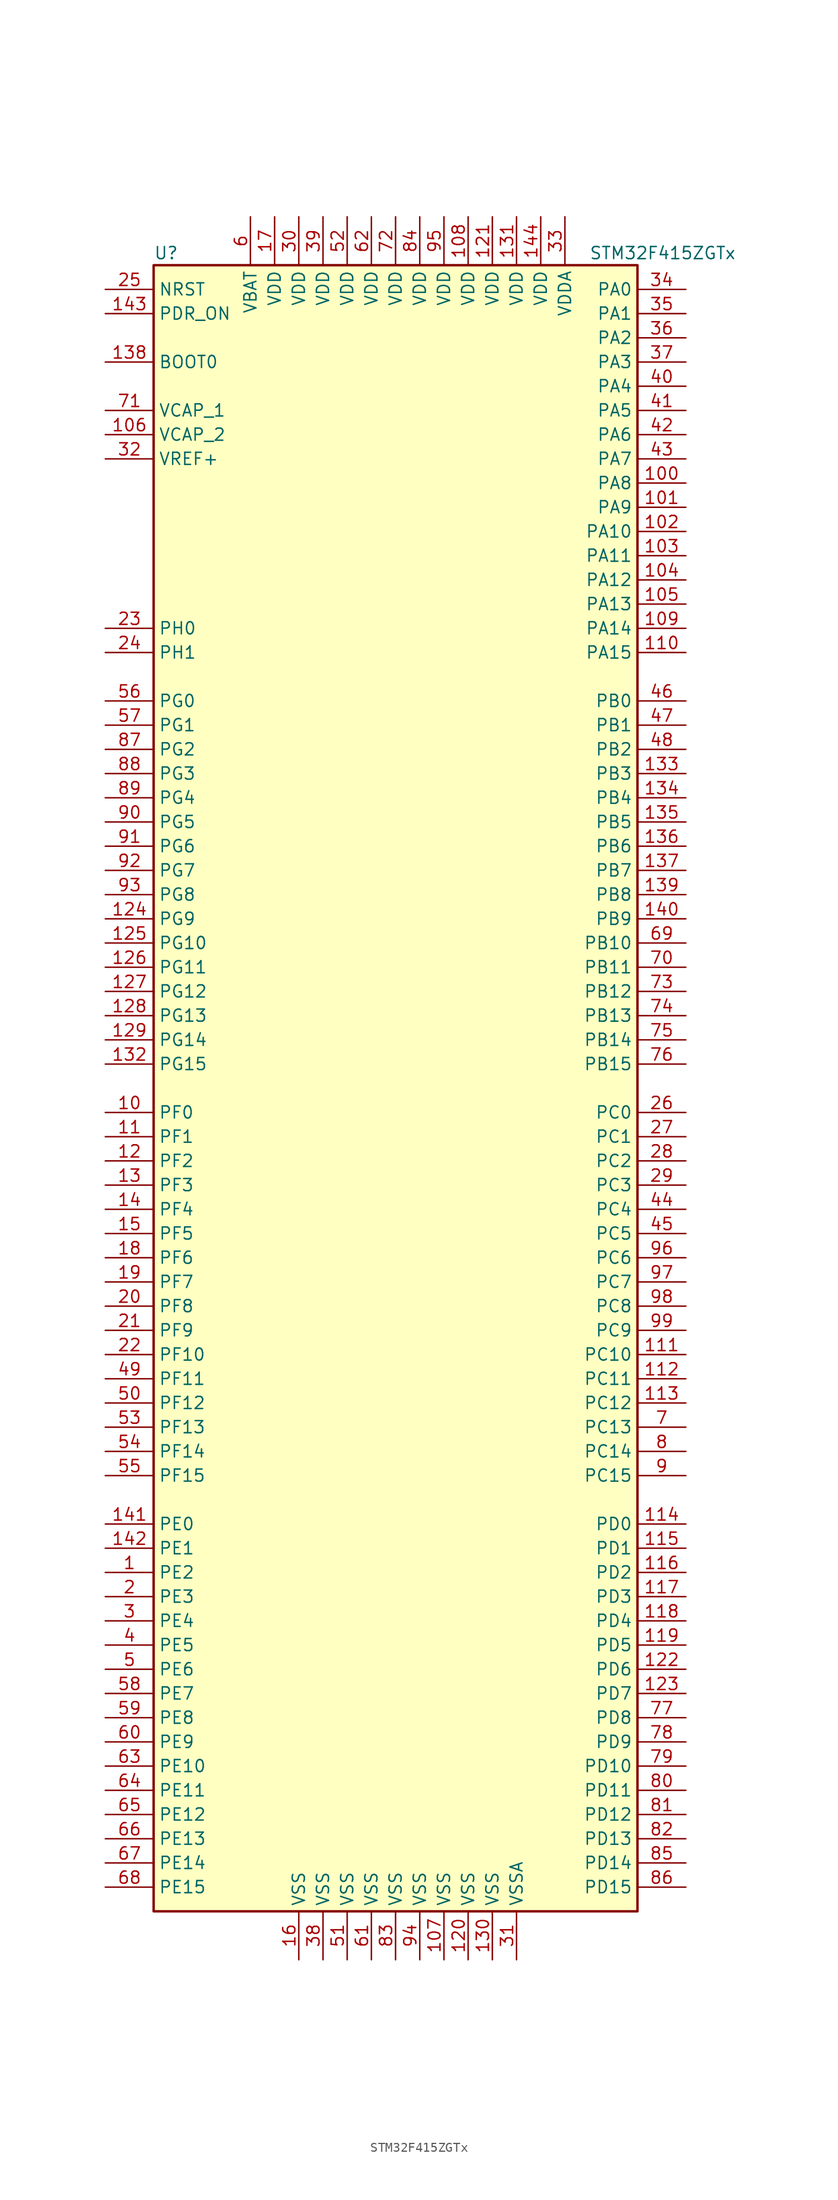
<source format=kicad_sym>
(kicad_symbol_lib
  (version 20201005)
  (generator kicad_symbol_editor)
  (symbol "MCU_ST_STM32F4:STM32F415ZGTx"
    (property "Reference" "U"
      (at -25.4 87.63 0)
      (effects (font (size 1.27 1.27)) (justify left)))
    (property "Value" "STM32F415ZGTx"
      (at 20.32 87.63 0)
      (effects (font (size 1.27 1.27)) (justify left)))
    (symbol "STM32F415ZGTx_0_1"
      (rectangle (start -25.4 -86.36) (end 25.4 86.36) (stroke (width 0.254)) (fill (type background))))
    (symbol "STM32F415ZGTx_1_1"
      (pin input line (at -30.48 76.2 0) (length 5.08) (name "BOOT0" (effects (font (size 1.27 1.27)))) (number "138" (effects (font (size 1.27 1.27)))))
      (pin input line (at -30.48 83.82 0) (length 5.08) (name "NRST" (effects (font (size 1.27 1.27)))) (number "25" (effects (font (size 1.27 1.27)))))
      (pin bidirectional line (at 30.48 83.82 180) (length 5.08) (name "PA0" (effects (font (size 1.27 1.27)))) (number "34" (effects (font (size 1.27 1.27)))))
      (pin bidirectional line (at 30.48 81.28 180) (length 5.08) (name "PA1" (effects (font (size 1.27 1.27)))) (number "35" (effects (font (size 1.27 1.27)))))
      (pin bidirectional line (at 30.48 58.42 180) (length 5.08) (name "PA10" (effects (font (size 1.27 1.27)))) (number "102" (effects (font (size 1.27 1.27)))))
      (pin bidirectional line (at 30.48 55.88 180) (length 5.08) (name "PA11" (effects (font (size 1.27 1.27)))) (number "103" (effects (font (size 1.27 1.27)))))
      (pin bidirectional line (at 30.48 53.34 180) (length 5.08) (name "PA12" (effects (font (size 1.27 1.27)))) (number "104" (effects (font (size 1.27 1.27)))))
      (pin bidirectional line (at 30.48 50.8 180) (length 5.08) (name "PA13" (effects (font (size 1.27 1.27)))) (number "105" (effects (font (size 1.27 1.27)))))
      (pin bidirectional line (at 30.48 48.26 180) (length 5.08) (name "PA14" (effects (font (size 1.27 1.27)))) (number "109" (effects (font (size 1.27 1.27)))))
      (pin bidirectional line (at 30.48 45.72 180) (length 5.08) (name "PA15" (effects (font (size 1.27 1.27)))) (number "110" (effects (font (size 1.27 1.27)))))
      (pin bidirectional line (at 30.48 78.74 180) (length 5.08) (name "PA2" (effects (font (size 1.27 1.27)))) (number "36" (effects (font (size 1.27 1.27)))))
      (pin bidirectional line (at 30.48 76.2 180) (length 5.08) (name "PA3" (effects (font (size 1.27 1.27)))) (number "37" (effects (font (size 1.27 1.27)))))
      (pin bidirectional line (at 30.48 73.66 180) (length 5.08) (name "PA4" (effects (font (size 1.27 1.27)))) (number "40" (effects (font (size 1.27 1.27)))))
      (pin bidirectional line (at 30.48 71.12 180) (length 5.08) (name "PA5" (effects (font (size 1.27 1.27)))) (number "41" (effects (font (size 1.27 1.27)))))
      (pin bidirectional line (at 30.48 68.58 180) (length 5.08) (name "PA6" (effects (font (size 1.27 1.27)))) (number "42" (effects (font (size 1.27 1.27)))))
      (pin bidirectional line (at 30.48 66.04 180) (length 5.08) (name "PA7" (effects (font (size 1.27 1.27)))) (number "43" (effects (font (size 1.27 1.27)))))
      (pin bidirectional line (at 30.48 63.5 180) (length 5.08) (name "PA8" (effects (font (size 1.27 1.27)))) (number "100" (effects (font (size 1.27 1.27)))))
      (pin bidirectional line (at 30.48 60.96 180) (length 5.08) (name "PA9" (effects (font (size 1.27 1.27)))) (number "101" (effects (font (size 1.27 1.27)))))
      (pin bidirectional line (at 30.48 40.64 180) (length 5.08) (name "PB0" (effects (font (size 1.27 1.27)))) (number "46" (effects (font (size 1.27 1.27)))))
      (pin bidirectional line (at 30.48 38.1 180) (length 5.08) (name "PB1" (effects (font (size 1.27 1.27)))) (number "47" (effects (font (size 1.27 1.27)))))
      (pin bidirectional line (at 30.48 15.24 180) (length 5.08) (name "PB10" (effects (font (size 1.27 1.27)))) (number "69" (effects (font (size 1.27 1.27)))))
      (pin bidirectional line (at 30.48 12.7 180) (length 5.08) (name "PB11" (effects (font (size 1.27 1.27)))) (number "70" (effects (font (size 1.27 1.27)))))
      (pin bidirectional line (at 30.48 10.16 180) (length 5.08) (name "PB12" (effects (font (size 1.27 1.27)))) (number "73" (effects (font (size 1.27 1.27)))))
      (pin bidirectional line (at 30.48 7.62 180) (length 5.08) (name "PB13" (effects (font (size 1.27 1.27)))) (number "74" (effects (font (size 1.27 1.27)))))
      (pin bidirectional line (at 30.48 5.08 180) (length 5.08) (name "PB14" (effects (font (size 1.27 1.27)))) (number "75" (effects (font (size 1.27 1.27)))))
      (pin bidirectional line (at 30.48 2.54 180) (length 5.08) (name "PB15" (effects (font (size 1.27 1.27)))) (number "76" (effects (font (size 1.27 1.27)))))
      (pin bidirectional line (at 30.48 35.56 180) (length 5.08) (name "PB2" (effects (font (size 1.27 1.27)))) (number "48" (effects (font (size 1.27 1.27)))))
      (pin bidirectional line (at 30.48 33.02 180) (length 5.08) (name "PB3" (effects (font (size 1.27 1.27)))) (number "133" (effects (font (size 1.27 1.27)))))
      (pin bidirectional line (at 30.48 30.48 180) (length 5.08) (name "PB4" (effects (font (size 1.27 1.27)))) (number "134" (effects (font (size 1.27 1.27)))))
      (pin bidirectional line (at 30.48 27.94 180) (length 5.08) (name "PB5" (effects (font (size 1.27 1.27)))) (number "135" (effects (font (size 1.27 1.27)))))
      (pin bidirectional line (at 30.48 25.4 180) (length 5.08) (name "PB6" (effects (font (size 1.27 1.27)))) (number "136" (effects (font (size 1.27 1.27)))))
      (pin bidirectional line (at 30.48 22.86 180) (length 5.08) (name "PB7" (effects (font (size 1.27 1.27)))) (number "137" (effects (font (size 1.27 1.27)))))
      (pin bidirectional line (at 30.48 20.32 180) (length 5.08) (name "PB8" (effects (font (size 1.27 1.27)))) (number "139" (effects (font (size 1.27 1.27)))))
      (pin bidirectional line (at 30.48 17.78 180) (length 5.08) (name "PB9" (effects (font (size 1.27 1.27)))) (number "140" (effects (font (size 1.27 1.27)))))
      (pin bidirectional line (at 30.48 -2.54 180) (length 5.08) (name "PC0" (effects (font (size 1.27 1.27)))) (number "26" (effects (font (size 1.27 1.27)))))
      (pin bidirectional line (at 30.48 -5.08 180) (length 5.08) (name "PC1" (effects (font (size 1.27 1.27)))) (number "27" (effects (font (size 1.27 1.27)))))
      (pin bidirectional line (at 30.48 -27.94 180) (length 5.08) (name "PC10" (effects (font (size 1.27 1.27)))) (number "111" (effects (font (size 1.27 1.27)))))
      (pin bidirectional line (at 30.48 -30.48 180) (length 5.08) (name "PC11" (effects (font (size 1.27 1.27)))) (number "112" (effects (font (size 1.27 1.27)))))
      (pin bidirectional line (at 30.48 -33.02 180) (length 5.08) (name "PC12" (effects (font (size 1.27 1.27)))) (number "113" (effects (font (size 1.27 1.27)))))
      (pin bidirectional line (at 30.48 -35.56 180) (length 5.08) (name "PC13" (effects (font (size 1.27 1.27)))) (number "7" (effects (font (size 1.27 1.27)))))
      (pin bidirectional line (at 30.48 -38.1 180) (length 5.08) (name "PC14" (effects (font (size 1.27 1.27)))) (number "8" (effects (font (size 1.27 1.27)))))
      (pin bidirectional line (at 30.48 -40.64 180) (length 5.08) (name "PC15" (effects (font (size 1.27 1.27)))) (number "9" (effects (font (size 1.27 1.27)))))
      (pin bidirectional line (at 30.48 -7.62 180) (length 5.08) (name "PC2" (effects (font (size 1.27 1.27)))) (number "28" (effects (font (size 1.27 1.27)))))
      (pin bidirectional line (at 30.48 -10.16 180) (length 5.08) (name "PC3" (effects (font (size 1.27 1.27)))) (number "29" (effects (font (size 1.27 1.27)))))
      (pin bidirectional line (at 30.48 -12.7 180) (length 5.08) (name "PC4" (effects (font (size 1.27 1.27)))) (number "44" (effects (font (size 1.27 1.27)))))
      (pin bidirectional line (at 30.48 -15.24 180) (length 5.08) (name "PC5" (effects (font (size 1.27 1.27)))) (number "45" (effects (font (size 1.27 1.27)))))
      (pin bidirectional line (at 30.48 -17.78 180) (length 5.08) (name "PC6" (effects (font (size 1.27 1.27)))) (number "96" (effects (font (size 1.27 1.27)))))
      (pin bidirectional line (at 30.48 -20.32 180) (length 5.08) (name "PC7" (effects (font (size 1.27 1.27)))) (number "97" (effects (font (size 1.27 1.27)))))
      (pin bidirectional line (at 30.48 -22.86 180) (length 5.08) (name "PC8" (effects (font (size 1.27 1.27)))) (number "98" (effects (font (size 1.27 1.27)))))
      (pin bidirectional line (at 30.48 -25.4 180) (length 5.08) (name "PC9" (effects (font (size 1.27 1.27)))) (number "99" (effects (font (size 1.27 1.27)))))
      (pin bidirectional line (at 30.48 -45.72 180) (length 5.08) (name "PD0" (effects (font (size 1.27 1.27)))) (number "114" (effects (font (size 1.27 1.27)))))
      (pin bidirectional line (at 30.48 -48.26 180) (length 5.08) (name "PD1" (effects (font (size 1.27 1.27)))) (number "115" (effects (font (size 1.27 1.27)))))
      (pin bidirectional line (at 30.48 -71.12 180) (length 5.08) (name "PD10" (effects (font (size 1.27 1.27)))) (number "79" (effects (font (size 1.27 1.27)))))
      (pin bidirectional line (at 30.48 -73.66 180) (length 5.08) (name "PD11" (effects (font (size 1.27 1.27)))) (number "80" (effects (font (size 1.27 1.27)))))
      (pin bidirectional line (at 30.48 -76.2 180) (length 5.08) (name "PD12" (effects (font (size 1.27 1.27)))) (number "81" (effects (font (size 1.27 1.27)))))
      (pin bidirectional line (at 30.48 -78.74 180) (length 5.08) (name "PD13" (effects (font (size 1.27 1.27)))) (number "82" (effects (font (size 1.27 1.27)))))
      (pin bidirectional line (at 30.48 -81.28 180) (length 5.08) (name "PD14" (effects (font (size 1.27 1.27)))) (number "85" (effects (font (size 1.27 1.27)))))
      (pin bidirectional line (at 30.48 -83.82 180) (length 5.08) (name "PD15" (effects (font (size 1.27 1.27)))) (number "86" (effects (font (size 1.27 1.27)))))
      (pin bidirectional line (at 30.48 -50.8 180) (length 5.08) (name "PD2" (effects (font (size 1.27 1.27)))) (number "116" (effects (font (size 1.27 1.27)))))
      (pin bidirectional line (at 30.48 -53.34 180) (length 5.08) (name "PD3" (effects (font (size 1.27 1.27)))) (number "117" (effects (font (size 1.27 1.27)))))
      (pin bidirectional line (at 30.48 -55.88 180) (length 5.08) (name "PD4" (effects (font (size 1.27 1.27)))) (number "118" (effects (font (size 1.27 1.27)))))
      (pin bidirectional line (at 30.48 -58.42 180) (length 5.08) (name "PD5" (effects (font (size 1.27 1.27)))) (number "119" (effects (font (size 1.27 1.27)))))
      (pin bidirectional line (at 30.48 -60.96 180) (length 5.08) (name "PD6" (effects (font (size 1.27 1.27)))) (number "122" (effects (font (size 1.27 1.27)))))
      (pin bidirectional line (at 30.48 -63.5 180) (length 5.08) (name "PD7" (effects (font (size 1.27 1.27)))) (number "123" (effects (font (size 1.27 1.27)))))
      (pin bidirectional line (at 30.48 -66.04 180) (length 5.08) (name "PD8" (effects (font (size 1.27 1.27)))) (number "77" (effects (font (size 1.27 1.27)))))
      (pin bidirectional line (at 30.48 -68.58 180) (length 5.08) (name "PD9" (effects (font (size 1.27 1.27)))) (number "78" (effects (font (size 1.27 1.27)))))
      (pin input line (at -30.48 81.28 0) (length 5.08) (name "PDR_ON" (effects (font (size 1.27 1.27)))) (number "143" (effects (font (size 1.27 1.27)))))
      (pin bidirectional line (at -30.48 -45.72 0) (length 5.08) (name "PE0" (effects (font (size 1.27 1.27)))) (number "141" (effects (font (size 1.27 1.27)))))
      (pin bidirectional line (at -30.48 -48.26 0) (length 5.08) (name "PE1" (effects (font (size 1.27 1.27)))) (number "142" (effects (font (size 1.27 1.27)))))
      (pin bidirectional line (at -30.48 -71.12 0) (length 5.08) (name "PE10" (effects (font (size 1.27 1.27)))) (number "63" (effects (font (size 1.27 1.27)))))
      (pin bidirectional line (at -30.48 -73.66 0) (length 5.08) (name "PE11" (effects (font (size 1.27 1.27)))) (number "64" (effects (font (size 1.27 1.27)))))
      (pin bidirectional line (at -30.48 -76.2 0) (length 5.08) (name "PE12" (effects (font (size 1.27 1.27)))) (number "65" (effects (font (size 1.27 1.27)))))
      (pin bidirectional line (at -30.48 -78.74 0) (length 5.08) (name "PE13" (effects (font (size 1.27 1.27)))) (number "66" (effects (font (size 1.27 1.27)))))
      (pin bidirectional line (at -30.48 -81.28 0) (length 5.08) (name "PE14" (effects (font (size 1.27 1.27)))) (number "67" (effects (font (size 1.27 1.27)))))
      (pin bidirectional line (at -30.48 -83.82 0) (length 5.08) (name "PE15" (effects (font (size 1.27 1.27)))) (number "68" (effects (font (size 1.27 1.27)))))
      (pin bidirectional line (at -30.48 -50.8 0) (length 5.08) (name "PE2" (effects (font (size 1.27 1.27)))) (number "1" (effects (font (size 1.27 1.27)))))
      (pin bidirectional line (at -30.48 -53.34 0) (length 5.08) (name "PE3" (effects (font (size 1.27 1.27)))) (number "2" (effects (font (size 1.27 1.27)))))
      (pin bidirectional line (at -30.48 -55.88 0) (length 5.08) (name "PE4" (effects (font (size 1.27 1.27)))) (number "3" (effects (font (size 1.27 1.27)))))
      (pin bidirectional line (at -30.48 -58.42 0) (length 5.08) (name "PE5" (effects (font (size 1.27 1.27)))) (number "4" (effects (font (size 1.27 1.27)))))
      (pin bidirectional line (at -30.48 -60.96 0) (length 5.08) (name "PE6" (effects (font (size 1.27 1.27)))) (number "5" (effects (font (size 1.27 1.27)))))
      (pin bidirectional line (at -30.48 -63.5 0) (length 5.08) (name "PE7" (effects (font (size 1.27 1.27)))) (number "58" (effects (font (size 1.27 1.27)))))
      (pin bidirectional line (at -30.48 -66.04 0) (length 5.08) (name "PE8" (effects (font (size 1.27 1.27)))) (number "59" (effects (font (size 1.27 1.27)))))
      (pin bidirectional line (at -30.48 -68.58 0) (length 5.08) (name "PE9" (effects (font (size 1.27 1.27)))) (number "60" (effects (font (size 1.27 1.27)))))
      (pin bidirectional line (at -30.48 -2.54 0) (length 5.08) (name "PF0" (effects (font (size 1.27 1.27)))) (number "10" (effects (font (size 1.27 1.27)))))
      (pin bidirectional line (at -30.48 -5.08 0) (length 5.08) (name "PF1" (effects (font (size 1.27 1.27)))) (number "11" (effects (font (size 1.27 1.27)))))
      (pin bidirectional line (at -30.48 -27.94 0) (length 5.08) (name "PF10" (effects (font (size 1.27 1.27)))) (number "22" (effects (font (size 1.27 1.27)))))
      (pin bidirectional line (at -30.48 -30.48 0) (length 5.08) (name "PF11" (effects (font (size 1.27 1.27)))) (number "49" (effects (font (size 1.27 1.27)))))
      (pin bidirectional line (at -30.48 -33.02 0) (length 5.08) (name "PF12" (effects (font (size 1.27 1.27)))) (number "50" (effects (font (size 1.27 1.27)))))
      (pin bidirectional line (at -30.48 -35.56 0) (length 5.08) (name "PF13" (effects (font (size 1.27 1.27)))) (number "53" (effects (font (size 1.27 1.27)))))
      (pin bidirectional line (at -30.48 -38.1 0) (length 5.08) (name "PF14" (effects (font (size 1.27 1.27)))) (number "54" (effects (font (size 1.27 1.27)))))
      (pin bidirectional line (at -30.48 -40.64 0) (length 5.08) (name "PF15" (effects (font (size 1.27 1.27)))) (number "55" (effects (font (size 1.27 1.27)))))
      (pin bidirectional line (at -30.48 -7.62 0) (length 5.08) (name "PF2" (effects (font (size 1.27 1.27)))) (number "12" (effects (font (size 1.27 1.27)))))
      (pin bidirectional line (at -30.48 -10.16 0) (length 5.08) (name "PF3" (effects (font (size 1.27 1.27)))) (number "13" (effects (font (size 1.27 1.27)))))
      (pin bidirectional line (at -30.48 -12.7 0) (length 5.08) (name "PF4" (effects (font (size 1.27 1.27)))) (number "14" (effects (font (size 1.27 1.27)))))
      (pin bidirectional line (at -30.48 -15.24 0) (length 5.08) (name "PF5" (effects (font (size 1.27 1.27)))) (number "15" (effects (font (size 1.27 1.27)))))
      (pin bidirectional line (at -30.48 -17.78 0) (length 5.08) (name "PF6" (effects (font (size 1.27 1.27)))) (number "18" (effects (font (size 1.27 1.27)))))
      (pin bidirectional line (at -30.48 -20.32 0) (length 5.08) (name "PF7" (effects (font (size 1.27 1.27)))) (number "19" (effects (font (size 1.27 1.27)))))
      (pin bidirectional line (at -30.48 -22.86 0) (length 5.08) (name "PF8" (effects (font (size 1.27 1.27)))) (number "20" (effects (font (size 1.27 1.27)))))
      (pin bidirectional line (at -30.48 -25.4 0) (length 5.08) (name "PF9" (effects (font (size 1.27 1.27)))) (number "21" (effects (font (size 1.27 1.27)))))
      (pin bidirectional line (at -30.48 40.64 0) (length 5.08) (name "PG0" (effects (font (size 1.27 1.27)))) (number "56" (effects (font (size 1.27 1.27)))))
      (pin bidirectional line (at -30.48 38.1 0) (length 5.08) (name "PG1" (effects (font (size 1.27 1.27)))) (number "57" (effects (font (size 1.27 1.27)))))
      (pin bidirectional line (at -30.48 15.24 0) (length 5.08) (name "PG10" (effects (font (size 1.27 1.27)))) (number "125" (effects (font (size 1.27 1.27)))))
      (pin bidirectional line (at -30.48 12.7 0) (length 5.08) (name "PG11" (effects (font (size 1.27 1.27)))) (number "126" (effects (font (size 1.27 1.27)))))
      (pin bidirectional line (at -30.48 10.16 0) (length 5.08) (name "PG12" (effects (font (size 1.27 1.27)))) (number "127" (effects (font (size 1.27 1.27)))))
      (pin bidirectional line (at -30.48 7.62 0) (length 5.08) (name "PG13" (effects (font (size 1.27 1.27)))) (number "128" (effects (font (size 1.27 1.27)))))
      (pin bidirectional line (at -30.48 5.08 0) (length 5.08) (name "PG14" (effects (font (size 1.27 1.27)))) (number "129" (effects (font (size 1.27 1.27)))))
      (pin bidirectional line (at -30.48 2.54 0) (length 5.08) (name "PG15" (effects (font (size 1.27 1.27)))) (number "132" (effects (font (size 1.27 1.27)))))
      (pin bidirectional line (at -30.48 35.56 0) (length 5.08) (name "PG2" (effects (font (size 1.27 1.27)))) (number "87" (effects (font (size 1.27 1.27)))))
      (pin bidirectional line (at -30.48 33.02 0) (length 5.08) (name "PG3" (effects (font (size 1.27 1.27)))) (number "88" (effects (font (size 1.27 1.27)))))
      (pin bidirectional line (at -30.48 30.48 0) (length 5.08) (name "PG4" (effects (font (size 1.27 1.27)))) (number "89" (effects (font (size 1.27 1.27)))))
      (pin bidirectional line (at -30.48 27.94 0) (length 5.08) (name "PG5" (effects (font (size 1.27 1.27)))) (number "90" (effects (font (size 1.27 1.27)))))
      (pin bidirectional line (at -30.48 25.4 0) (length 5.08) (name "PG6" (effects (font (size 1.27 1.27)))) (number "91" (effects (font (size 1.27 1.27)))))
      (pin bidirectional line (at -30.48 22.86 0) (length 5.08) (name "PG7" (effects (font (size 1.27 1.27)))) (number "92" (effects (font (size 1.27 1.27)))))
      (pin bidirectional line (at -30.48 20.32 0) (length 5.08) (name "PG8" (effects (font (size 1.27 1.27)))) (number "93" (effects (font (size 1.27 1.27)))))
      (pin bidirectional line (at -30.48 17.78 0) (length 5.08) (name "PG9" (effects (font (size 1.27 1.27)))) (number "124" (effects (font (size 1.27 1.27)))))
      (pin input line (at -30.48 48.26 0) (length 5.08) (name "PH0" (effects (font (size 1.27 1.27)))) (number "23" (effects (font (size 1.27 1.27)))))
      (pin input line (at -30.48 45.72 0) (length 5.08) (name "PH1" (effects (font (size 1.27 1.27)))) (number "24" (effects (font (size 1.27 1.27)))))
      (pin power_in line (at -15.24 91.44 270) (length 5.08) (name "VBAT" (effects (font (size 1.27 1.27)))) (number "6" (effects (font (size 1.27 1.27)))))
      (pin power_in line (at -30.48 71.12 0) (length 5.08) (name "VCAP_1" (effects (font (size 1.27 1.27)))) (number "71" (effects (font (size 1.27 1.27)))))
      (pin power_in line (at -30.48 68.58 0) (length 5.08) (name "VCAP_2" (effects (font (size 1.27 1.27)))) (number "106" (effects (font (size 1.27 1.27)))))
      (pin power_in line (at 7.62 91.44 270) (length 5.08) (name "VDD" (effects (font (size 1.27 1.27)))) (number "108" (effects (font (size 1.27 1.27)))))
      (pin power_in line (at 10.16 91.44 270) (length 5.08) (name "VDD" (effects (font (size 1.27 1.27)))) (number "121" (effects (font (size 1.27 1.27)))))
      (pin power_in line (at 12.7 91.44 270) (length 5.08) (name "VDD" (effects (font (size 1.27 1.27)))) (number "131" (effects (font (size 1.27 1.27)))))
      (pin power_in line (at 15.24 91.44 270) (length 5.08) (name "VDD" (effects (font (size 1.27 1.27)))) (number "144" (effects (font (size 1.27 1.27)))))
      (pin power_in line (at -12.7 91.44 270) (length 5.08) (name "VDD" (effects (font (size 1.27 1.27)))) (number "17" (effects (font (size 1.27 1.27)))))
      (pin power_in line (at -10.16 91.44 270) (length 5.08) (name "VDD" (effects (font (size 1.27 1.27)))) (number "30" (effects (font (size 1.27 1.27)))))
      (pin power_in line (at -7.62 91.44 270) (length 5.08) (name "VDD" (effects (font (size 1.27 1.27)))) (number "39" (effects (font (size 1.27 1.27)))))
      (pin power_in line (at -5.08 91.44 270) (length 5.08) (name "VDD" (effects (font (size 1.27 1.27)))) (number "52" (effects (font (size 1.27 1.27)))))
      (pin power_in line (at -2.54 91.44 270) (length 5.08) (name "VDD" (effects (font (size 1.27 1.27)))) (number "62" (effects (font (size 1.27 1.27)))))
      (pin power_in line (at 0 91.44 270) (length 5.08) (name "VDD" (effects (font (size 1.27 1.27)))) (number "72" (effects (font (size 1.27 1.27)))))
      (pin power_in line (at 2.54 91.44 270) (length 5.08) (name "VDD" (effects (font (size 1.27 1.27)))) (number "84" (effects (font (size 1.27 1.27)))))
      (pin power_in line (at 5.08 91.44 270) (length 5.08) (name "VDD" (effects (font (size 1.27 1.27)))) (number "95" (effects (font (size 1.27 1.27)))))
      (pin power_in line (at 17.78 91.44 270) (length 5.08) (name "VDDA" (effects (font (size 1.27 1.27)))) (number "33" (effects (font (size 1.27 1.27)))))
      (pin power_in line (at -30.48 66.04 0) (length 5.08) (name "VREF+" (effects (font (size 1.27 1.27)))) (number "32" (effects (font (size 1.27 1.27)))))
      (pin power_in line (at 5.08 -91.44 90) (length 5.08) (name "VSS" (effects (font (size 1.27 1.27)))) (number "107" (effects (font (size 1.27 1.27)))))
      (pin power_in line (at 7.62 -91.44 90) (length 5.08) (name "VSS" (effects (font (size 1.27 1.27)))) (number "120" (effects (font (size 1.27 1.27)))))
      (pin power_in line (at 10.16 -91.44 90) (length 5.08) (name "VSS" (effects (font (size 1.27 1.27)))) (number "130" (effects (font (size 1.27 1.27)))))
      (pin power_in line (at -10.16 -91.44 90) (length 5.08) (name "VSS" (effects (font (size 1.27 1.27)))) (number "16" (effects (font (size 1.27 1.27)))))
      (pin power_in line (at -7.62 -91.44 90) (length 5.08) (name "VSS" (effects (font (size 1.27 1.27)))) (number "38" (effects (font (size 1.27 1.27)))))
      (pin power_in line (at -5.08 -91.44 90) (length 5.08) (name "VSS" (effects (font (size 1.27 1.27)))) (number "51" (effects (font (size 1.27 1.27)))))
      (pin power_in line (at -2.54 -91.44 90) (length 5.08) (name "VSS" (effects (font (size 1.27 1.27)))) (number "61" (effects (font (size 1.27 1.27)))))
      (pin power_in line (at 0 -91.44 90) (length 5.08) (name "VSS" (effects (font (size 1.27 1.27)))) (number "83" (effects (font (size 1.27 1.27)))))
      (pin power_in line (at 2.54 -91.44 90) (length 5.08) (name "VSS" (effects (font (size 1.27 1.27)))) (number "94" (effects (font (size 1.27 1.27)))))
      (pin power_in line (at 12.7 -91.44 90) (length 5.08) (name "VSSA" (effects (font (size 1.27 1.27)))) (number "31" (effects (font (size 1.27 1.27))))))))
</source>
